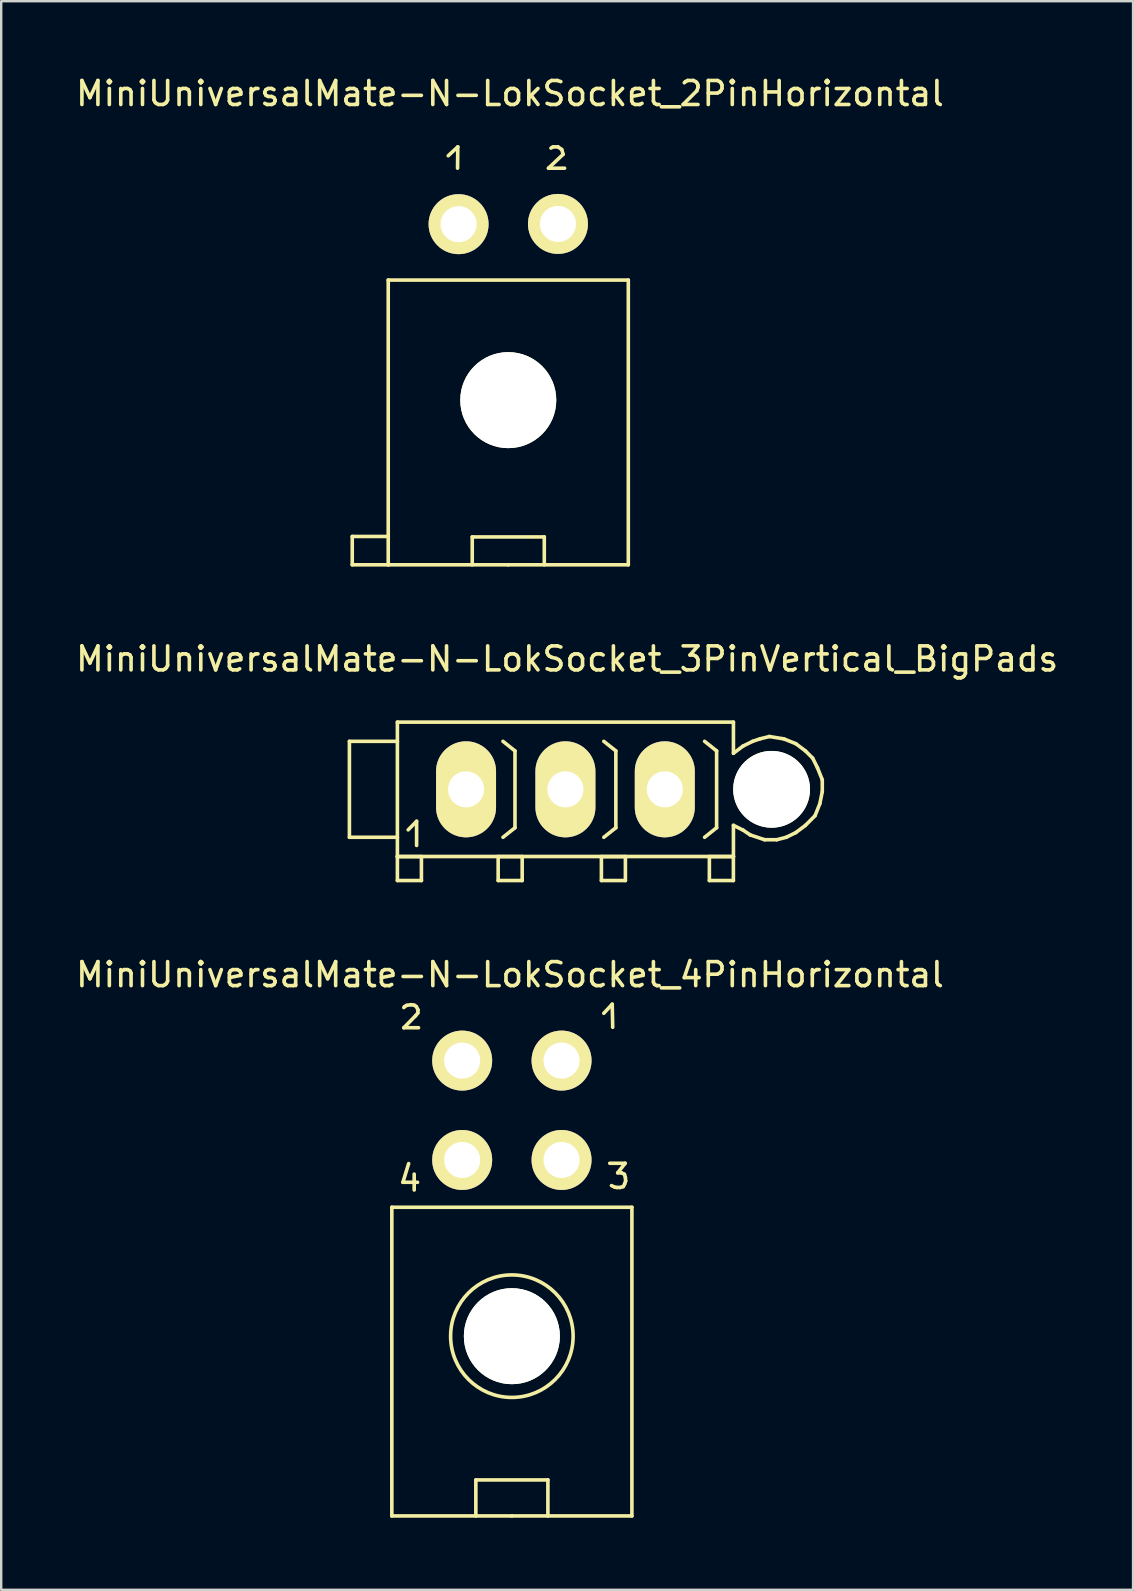
<source format=kicad_pcb>
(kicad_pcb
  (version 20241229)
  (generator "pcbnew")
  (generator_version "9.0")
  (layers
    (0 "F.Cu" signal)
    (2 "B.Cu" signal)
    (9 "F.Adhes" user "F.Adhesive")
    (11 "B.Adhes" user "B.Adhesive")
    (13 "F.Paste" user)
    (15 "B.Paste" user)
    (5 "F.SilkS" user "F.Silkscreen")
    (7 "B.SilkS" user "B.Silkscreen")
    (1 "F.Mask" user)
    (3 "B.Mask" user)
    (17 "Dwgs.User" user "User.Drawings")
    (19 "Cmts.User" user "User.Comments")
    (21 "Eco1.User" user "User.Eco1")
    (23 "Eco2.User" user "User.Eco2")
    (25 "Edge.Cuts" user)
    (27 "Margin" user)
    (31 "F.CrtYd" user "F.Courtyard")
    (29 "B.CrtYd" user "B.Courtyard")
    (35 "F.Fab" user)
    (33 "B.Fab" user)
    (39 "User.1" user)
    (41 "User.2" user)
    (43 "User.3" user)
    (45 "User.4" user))
  (footprint "MiniUniversalMate-N-LokSocket_2PinHorizontal"
    (layer "F.Cu")
    (at 18.125 6.279)
    (property "Reference" "MiniUniversalMate-N-LokSocket_2PinHorizontal" (at 0.071 -5.431 0) (layer "F.SilkS") (effects (font (size 1 1) (thickness 0.15))))
    (attr through_hole)
    (fp_line (start -6.5 13.02) (end -5.001 13.02) (stroke (width 0.15) (type solid)) (layer "F.SilkS"))
    (fp_line (start -6.5 14.201) (end -6.5 13.02) (stroke (width 0.15) (type solid)) (layer "F.SilkS"))
    (fp_line (start -5.001 2.339) (end 5.001 2.339) (stroke (width 0.15) (type solid)) (layer "F.SilkS"))
    (fp_line (start -5.001 14.201) (end -6.5 14.201) (stroke (width 0.15) (type solid)) (layer "F.SilkS"))
    (fp_line (start -5.001 14.201) (end -5.001 2.339) (stroke (width 0.15) (type solid)) (layer "F.SilkS"))
    (fp_line (start -2.502 -2.84) (end -2.103 -3.211) (stroke (width 0.15) (type solid)) (layer "F.SilkS"))
    (fp_line (start -2.103 -3.211) (end -2.113 -2.322) (stroke (width 0.15) (type solid)) (layer "F.SilkS"))
    (fp_line (start -1.501 13.04) (end -1.501 14.201) (stroke (width 0.15) (type solid)) (layer "F.SilkS"))
    (fp_line (start 0 14.201) (end -5.001 14.201) (stroke (width 0.15) (type solid)) (layer "F.SilkS"))
    (fp_line (start 0 14.201) (end 5.001 14.201) (stroke (width 0.15) (type solid)) (layer "F.SilkS"))
    (fp_line (start 1.501 13.04) (end -1.501 13.04) (stroke (width 0.15) (type solid)) (layer "F.SilkS"))
    (fp_line (start 1.501 14.201) (end 1.501 13.04) (stroke (width 0.15) (type solid)) (layer "F.SilkS"))
    (fp_line (start 1.676 -2.322) (end 2.347 -2.322) (stroke (width 0.15) (type solid)) (layer "F.SilkS"))
    (fp_line (start 1.778 -3.16) (end 1.867 -3.211) (stroke (width 0.15) (type solid)) (layer "F.SilkS"))
    (fp_line (start 1.867 -3.211) (end 2.068 -3.211) (stroke (width 0.15) (type solid)) (layer "F.SilkS"))
    (fp_line (start 2.068 -3.211) (end 2.228 -3.101) (stroke (width 0.15) (type solid)) (layer "F.SilkS"))
    (fp_line (start 2.228 -3.101) (end 2.286 -2.901) (stroke (width 0.15) (type solid)) (layer "F.SilkS"))
    (fp_line (start 2.286 -2.901) (end 1.676 -2.322) (stroke (width 0.15) (type solid)) (layer "F.SilkS"))
    (fp_line (start 5.001 2.339) (end 5.001 14.201) (stroke (width 0.15) (type solid)) (layer "F.SilkS"))
    (pad "" np_thru_hole circle (at 0 7.341) (size 4 4) (drill 4) (layers "*.Cu" "*.Mask" "F.SilkS"))
    (pad "1" thru_hole circle (at -2.07 0.01 90) (size 2.499 2.499) (drill 1.501) (layers "*.Cu" "*.Mask" "F.SilkS"))
    (pad "2" thru_hole circle (at 2.07 0 90) (size 2.499 2.499) (drill 1.501) (layers "*.Cu" "*.Mask" "F.SilkS")))
  (footprint "MiniUniversalMate-N-LokSocket_3PinVertical_BigPads"
    (layer "F.Cu")
    (at 20.506 29.834)
    (property "Reference" "MiniUniversalMate-N-LokSocket_3PinVertical_BigPads" (at 0.071 -5.431 0) (layer "F.SilkS") (effects (font (size 1 1) (thickness 0.15))))
    (attr through_hole)
    (fp_line (start -8.999 -1.999) (end -8.999 1.999) (stroke (width 0.15) (type solid)) (layer "F.SilkS"))
    (fp_line (start -8.999 1.999) (end -7 1.999) (stroke (width 0.15) (type solid)) (layer "F.SilkS"))
    (fp_line (start -7 -2.799) (end -7 2.799) (stroke (width 0.15) (type solid)) (layer "F.SilkS"))
    (fp_line (start -7 -2.799) (end 7 -2.799) (stroke (width 0.15) (type solid)) (layer "F.SilkS"))
    (fp_line (start -7 -1.999) (end -8.999 -1.999) (stroke (width 0.15) (type solid)) (layer "F.SilkS"))
    (fp_line (start -7 2.799) (end 7 2.799) (stroke (width 0.15) (type solid)) (layer "F.SilkS"))
    (fp_line (start -7 2.802) (end -5.999 2.802) (stroke (width 0.15) (type solid)) (layer "F.SilkS"))
    (fp_line (start -7 3.8) (end -7 2.802) (stroke (width 0.15) (type solid)) (layer "F.SilkS"))
    (fp_line (start -6.551 1.689) (end -6.2 1.331) (stroke (width 0.15) (type solid)) (layer "F.SilkS"))
    (fp_line (start -6.2 1.331) (end -6.2 2.339) (stroke (width 0.15) (type solid)) (layer "F.SilkS"))
    (fp_line (start -5.999 2.802) (end -5.999 3.8) (stroke (width 0.15) (type solid)) (layer "F.SilkS"))
    (fp_line (start -5.999 3.8) (end -7 3.8) (stroke (width 0.15) (type solid)) (layer "F.SilkS"))
    (fp_line (start -2.802 2.802) (end -1.801 2.802) (stroke (width 0.15) (type solid)) (layer "F.SilkS"))
    (fp_line (start -2.802 3.8) (end -2.802 2.802) (stroke (width 0.15) (type solid)) (layer "F.SilkS"))
    (fp_line (start -2.101 -1.6) (end -2.601 -1.999) (stroke (width 0.15) (type solid)) (layer "F.SilkS"))
    (fp_line (start -2.101 -1.6) (end -2.101 1.6) (stroke (width 0.15) (type solid)) (layer "F.SilkS"))
    (fp_line (start -2.101 1.6) (end -2.601 1.999) (stroke (width 0.15) (type solid)) (layer "F.SilkS"))
    (fp_line (start -1.801 2.802) (end -1.801 3.8) (stroke (width 0.15) (type solid)) (layer "F.SilkS"))
    (fp_line (start -1.801 3.8) (end -2.802 3.8) (stroke (width 0.15) (type solid)) (layer "F.SilkS"))
    (fp_line (start 1.499 2.802) (end 2.499 2.802) (stroke (width 0.15) (type solid)) (layer "F.SilkS"))
    (fp_line (start 1.499 3.8) (end 1.499 2.802) (stroke (width 0.15) (type solid)) (layer "F.SilkS"))
    (fp_line (start 2.101 -1.6) (end 1.6 -1.999) (stroke (width 0.15) (type solid)) (layer "F.SilkS"))
    (fp_line (start 2.101 -1.6) (end 2.101 1.6) (stroke (width 0.15) (type solid)) (layer "F.SilkS"))
    (fp_line (start 2.101 1.6) (end 1.6 1.999) (stroke (width 0.15) (type solid)) (layer "F.SilkS"))
    (fp_line (start 2.499 2.802) (end 2.499 3.8) (stroke (width 0.15) (type solid)) (layer "F.SilkS"))
    (fp_line (start 2.499 3.8) (end 1.499 3.8) (stroke (width 0.15) (type solid)) (layer "F.SilkS"))
    (fp_line (start 5.997 2.802) (end 6.998 2.802) (stroke (width 0.15) (type solid)) (layer "F.SilkS"))
    (fp_line (start 5.997 3.8) (end 5.997 2.802) (stroke (width 0.15) (type solid)) (layer "F.SilkS"))
    (fp_line (start 6.299 -1.6) (end 5.799 -1.999) (stroke (width 0.15) (type solid)) (layer "F.SilkS"))
    (fp_line (start 6.299 -1.6) (end 6.299 1.6) (stroke (width 0.15) (type solid)) (layer "F.SilkS"))
    (fp_line (start 6.299 1.6) (end 5.799 1.999) (stroke (width 0.15) (type solid)) (layer "F.SilkS"))
    (fp_line (start 6.998 2.802) (end 6.998 3.8) (stroke (width 0.15) (type solid)) (layer "F.SilkS"))
    (fp_line (start 6.998 3.8) (end 5.997 3.8) (stroke (width 0.15) (type solid)) (layer "F.SilkS"))
    (fp_line (start 7 -2.799) (end 7 -1.501) (stroke (width 0.15) (type solid)) (layer "F.SilkS"))
    (fp_line (start 7 -1.501) (end 7.399 -1.801) (stroke (width 0.15) (type solid)) (layer "F.SilkS"))
    (fp_line (start 7 2.799) (end 7 1.501) (stroke (width 0.15) (type solid)) (layer "F.SilkS"))
    (fp_line (start 7.399 -1.801) (end 7.8 -1.999) (stroke (width 0.15) (type solid)) (layer "F.SilkS"))
    (fp_line (start 7.399 1.699) (end 7 1.501) (stroke (width 0.15) (type solid)) (layer "F.SilkS"))
    (fp_line (start 7.699 1.9) (end 7.399 1.699) (stroke (width 0.15) (type solid)) (layer "F.SilkS"))
    (fp_line (start 7.8 -1.999) (end 8.1 -2.101) (stroke (width 0.15) (type solid)) (layer "F.SilkS"))
    (fp_line (start 8.1 -2.101) (end 8.499 -2.2) (stroke (width 0.15) (type solid)) (layer "F.SilkS"))
    (fp_line (start 8.301 2.101) (end 7.699 1.9) (stroke (width 0.15) (type solid)) (layer "F.SilkS"))
    (fp_line (start 8.499 -2.2) (end 9.101 -2.101) (stroke (width 0.15) (type solid)) (layer "F.SilkS"))
    (fp_line (start 8.801 2.101) (end 8.301 2.101) (stroke (width 0.15) (type solid)) (layer "F.SilkS"))
    (fp_line (start 9.101 -2.101) (end 9.601 -1.9) (stroke (width 0.15) (type solid)) (layer "F.SilkS"))
    (fp_line (start 9.2 1.999) (end 8.801 2.101) (stroke (width 0.15) (type solid)) (layer "F.SilkS"))
    (fp_line (start 9.601 -1.9) (end 10 -1.6) (stroke (width 0.15) (type solid)) (layer "F.SilkS"))
    (fp_line (start 9.601 1.801) (end 9.2 1.999) (stroke (width 0.15) (type solid)) (layer "F.SilkS"))
    (fp_line (start 10 -1.6) (end 10.3 -1.3) (stroke (width 0.15) (type solid)) (layer "F.SilkS"))
    (fp_line (start 10 1.501) (end 9.601 1.801) (stroke (width 0.15) (type solid)) (layer "F.SilkS"))
    (fp_line (start 10.3 -1.3) (end 10.5 -0.899) (stroke (width 0.15) (type solid)) (layer "F.SilkS"))
    (fp_line (start 10.399 1.1) (end 10 1.501) (stroke (width 0.15) (type solid)) (layer "F.SilkS"))
    (fp_line (start 10.5 -0.899) (end 10.701 -0.399) (stroke (width 0.15) (type solid)) (layer "F.SilkS"))
    (fp_line (start 10.599 0.599) (end 10.399 1.1) (stroke (width 0.15) (type solid)) (layer "F.SilkS"))
    (fp_line (start 10.701 -0.399) (end 10.701 0.099) (stroke (width 0.15) (type solid)) (layer "F.SilkS"))
    (fp_line (start 10.701 0.099) (end 10.599 0.599) (stroke (width 0.15) (type solid)) (layer "F.SilkS"))
    (pad "" np_thru_hole circle (at 8.59 0) (size 3.2 3.2) (drill 3.2) (layers "*.Cu" "*.Mask" "F.SilkS"))
    (pad "1" thru_hole oval (at -4.14 0 90) (size 4 2.499) (drill 1.501) (layers "*.Cu" "*.Mask" "F.SilkS"))
    (pad "2" thru_hole oval (at 0 0 90) (size 4 2.499) (drill 1.501) (layers "*.Cu" "*.Mask" "F.SilkS"))
    (pad "3" thru_hole oval (at 4.14 0 90) (size 4 2.499) (drill 1.501) (layers "*.Cu" "*.Mask" "F.SilkS")))
  (footprint "MiniUniversalMate-N-LokSocket_4PinHorizontal"
    (layer "F.Cu")
    (at 18.275 43.206)
    (property "Reference" "MiniUniversalMate-N-LokSocket_4PinHorizontal" (at -0.079 -5.649 0) (layer "F.SilkS") (effects (font (size 1 1) (thickness 0.15))))
    (attr through_hole)
    (fp_line (start -5.001 4.041) (end 5.001 4.041) (stroke (width 0.15) (type solid)) (layer "F.SilkS"))
    (fp_line (start -5.001 16.901) (end -5.001 4.041) (stroke (width 0.15) (type solid)) (layer "F.SilkS"))
    (fp_line (start -4.539 3) (end -3.929 3) (stroke (width 0.15) (type solid)) (layer "F.SilkS"))
    (fp_line (start -4.501 -4.28) (end -4.47 -4.321) (stroke (width 0.15) (type solid)) (layer "F.SilkS"))
    (fp_line (start -4.501 -3.439) (end -3.889 -3.439) (stroke (width 0.15) (type solid)) (layer "F.SilkS"))
    (fp_line (start -4.47 -4.321) (end -4.379 -4.371) (stroke (width 0.15) (type solid)) (layer "F.SilkS"))
    (fp_line (start -4.379 -4.371) (end -4.201 -4.399) (stroke (width 0.15) (type solid)) (layer "F.SilkS"))
    (fp_line (start -4.3 2.22) (end -4.539 3) (stroke (width 0.15) (type solid)) (layer "F.SilkS"))
    (fp_line (start -4.201 -4.399) (end -4.069 -4.379) (stroke (width 0.15) (type solid)) (layer "F.SilkS"))
    (fp_line (start -4.069 -4.379) (end -3.98 -4.321) (stroke (width 0.15) (type solid)) (layer "F.SilkS"))
    (fp_line (start -4.069 2.659) (end -4.069 3.32) (stroke (width 0.15) (type solid)) (layer "F.SilkS"))
    (fp_line (start -4.011 -3.94) (end -4.501 -3.439) (stroke (width 0.15) (type solid)) (layer "F.SilkS"))
    (fp_line (start -3.98 -4.321) (end -3.909 -4.181) (stroke (width 0.15) (type solid)) (layer "F.SilkS"))
    (fp_line (start -3.919 -4.051) (end -4.011 -3.94) (stroke (width 0.15) (type solid)) (layer "F.SilkS"))
    (fp_line (start -3.909 -4.181) (end -3.919 -4.051) (stroke (width 0.15) (type solid)) (layer "F.SilkS"))
    (fp_line (start -1.501 15.4) (end -1.501 16.901) (stroke (width 0.15) (type solid)) (layer "F.SilkS"))
    (fp_line (start 0 16.901) (end -5.001 16.901) (stroke (width 0.15) (type solid)) (layer "F.SilkS"))
    (fp_line (start 0 16.901) (end 5.001 16.901) (stroke (width 0.15) (type solid)) (layer "F.SilkS"))
    (fp_line (start 1.501 15.4) (end -1.501 15.4) (stroke (width 0.15) (type solid)) (layer "F.SilkS"))
    (fp_line (start 1.501 16.901) (end 1.501 15.4) (stroke (width 0.15) (type solid)) (layer "F.SilkS"))
    (fp_line (start 3.83 -4.041) (end 4.181 -4.42) (stroke (width 0.15) (type solid)) (layer "F.SilkS"))
    (fp_line (start 4.079 2.207) (end 4.719 2.207) (stroke (width 0.15) (type solid)) (layer "F.SilkS"))
    (fp_line (start 4.181 -4.42) (end 4.201 -3.459) (stroke (width 0.15) (type solid)) (layer "F.SilkS"))
    (fp_line (start 4.29 3.205) (end 4.15 3.137) (stroke (width 0.15) (type solid)) (layer "F.SilkS"))
    (fp_line (start 4.389 3.216) (end 4.29 3.205) (stroke (width 0.15) (type solid)) (layer "F.SilkS"))
    (fp_line (start 4.409 2.606) (end 4.569 2.606) (stroke (width 0.15) (type solid)) (layer "F.SilkS"))
    (fp_line (start 4.508 3.216) (end 4.389 3.216) (stroke (width 0.15) (type solid)) (layer "F.SilkS"))
    (fp_line (start 4.569 2.606) (end 4.689 2.667) (stroke (width 0.15) (type solid)) (layer "F.SilkS"))
    (fp_line (start 4.641 3.178) (end 4.508 3.216) (stroke (width 0.15) (type solid)) (layer "F.SilkS"))
    (fp_line (start 4.689 2.667) (end 4.729 2.797) (stroke (width 0.15) (type solid)) (layer "F.SilkS"))
    (fp_line (start 4.699 3.066) (end 4.641 3.178) (stroke (width 0.15) (type solid)) (layer "F.SilkS"))
    (fp_line (start 4.719 2.207) (end 4.409 2.606) (stroke (width 0.15) (type solid)) (layer "F.SilkS"))
    (fp_line (start 4.729 2.797) (end 4.74 2.946) (stroke (width 0.15) (type solid)) (layer "F.SilkS"))
    (fp_line (start 4.74 2.946) (end 4.699 3.066) (stroke (width 0.15) (type solid)) (layer "F.SilkS"))
    (fp_line (start 5.001 4.041) (end 5.001 16.901) (stroke (width 0.15) (type solid)) (layer "F.SilkS"))
    (fp_circle (center 0 9.411) (end 2.141 10.8) (stroke (width 0.15) (type solid)) (fill no) (layer "F.SilkS"))
    (pad "" np_thru_hole circle (at 0 9.411 90) (size 4 4) (drill 4) (layers "*.Cu" "*.Mask" "F.SilkS"))
    (pad "1" thru_hole circle (at 2.07 -2.07 90) (size 2.499 2.499) (drill 1.501) (layers "*.Cu" "*.Mask" "F.SilkS"))
    (pad "2" thru_hole circle (at -2.07 -2.07 90) (size 2.499 2.499) (drill 1.501) (layers "*.Cu" "*.Mask" "F.SilkS"))
    (pad "3" thru_hole circle (at 2.07 2.07 90) (size 2.499 2.499) (drill 1.501) (layers "*.Cu" "*.Mask" "F.SilkS"))
    (pad "4" thru_hole circle (at -2.07 2.07 90) (size 2.499 2.499) (drill 1.501) (layers "*.Cu" "*.Mask" "F.SilkS")))
  (gr_rect
    (start -3 -3)
    (end 44.155 63.182)
    (stroke (width 0.1) (type default))
    (fill no)
    (layer "Edge.Cuts")))
</source>
